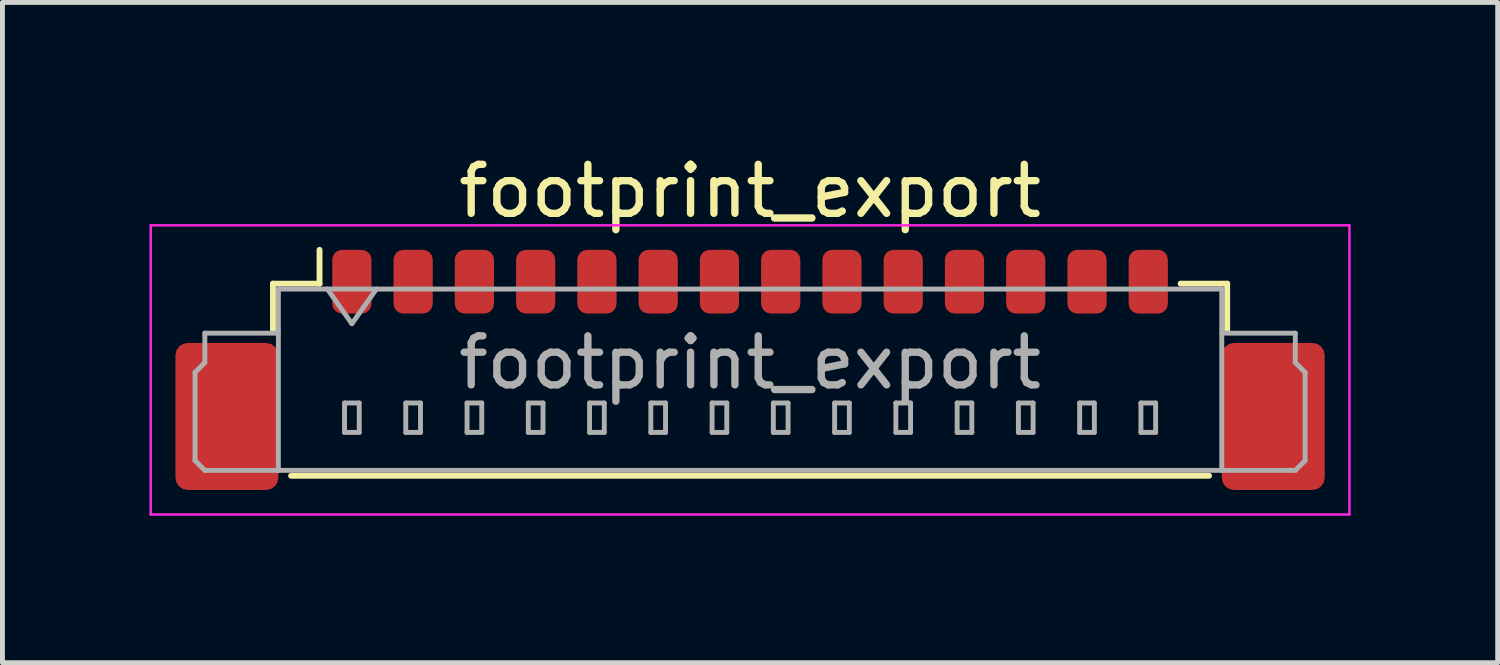
<source format=kicad_pcb>
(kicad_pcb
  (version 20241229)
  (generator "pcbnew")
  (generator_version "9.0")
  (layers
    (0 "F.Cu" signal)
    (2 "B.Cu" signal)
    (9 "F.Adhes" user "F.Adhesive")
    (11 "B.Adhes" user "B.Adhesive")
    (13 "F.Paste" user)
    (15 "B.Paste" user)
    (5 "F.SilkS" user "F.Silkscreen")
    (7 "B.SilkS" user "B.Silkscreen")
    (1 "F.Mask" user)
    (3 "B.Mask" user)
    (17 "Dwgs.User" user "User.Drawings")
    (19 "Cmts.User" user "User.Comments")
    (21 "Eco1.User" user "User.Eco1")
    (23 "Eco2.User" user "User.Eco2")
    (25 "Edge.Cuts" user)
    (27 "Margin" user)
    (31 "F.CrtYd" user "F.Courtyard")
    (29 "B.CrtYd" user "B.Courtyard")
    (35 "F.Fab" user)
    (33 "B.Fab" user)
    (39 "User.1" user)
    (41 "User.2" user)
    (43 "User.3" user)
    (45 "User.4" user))
  (footprint "footprint_export"
    (layer "F.Cu")
    (at 12.255 3.948)
    (property "Reference" "footprint_export" (at 0 -3.1 0) (layer "F.SilkS") (effects (font (size 1 1) (thickness 0.15))))
    (attr smd)
    (fp_line (start -9.735 -1.21) (end -8.785 -1.21) (stroke (width 0.12) (type solid)) (layer "F.SilkS"))
    (fp_line (start -9.735 -0.26) (end -9.735 -1.21) (stroke (width 0.12) (type solid)) (layer "F.SilkS"))
    (fp_line (start -9.365 2.71) (end 9.365 2.71) (stroke (width 0.12) (type solid)) (layer "F.SilkS"))
    (fp_line (start -8.785 -1.21) (end -8.785 -1.9) (stroke (width 0.12) (type solid)) (layer "F.SilkS"))
    (fp_line (start 9.735 -1.21) (end 8.785 -1.21) (stroke (width 0.12) (type solid)) (layer "F.SilkS"))
    (fp_line (start 9.735 -0.26) (end 9.735 -1.21) (stroke (width 0.12) (type solid)) (layer "F.SilkS"))
    (fp_line (start -12.23 -2.4) (end -12.23 3.5) (stroke (width 0.05) (type solid)) (layer "F.CrtYd"))
    (fp_line (start -12.23 3.5) (end 12.23 3.5) (stroke (width 0.05) (type solid)) (layer "F.CrtYd"))
    (fp_line (start 12.23 -2.4) (end -12.23 -2.4) (stroke (width 0.05) (type solid)) (layer "F.CrtYd"))
    (fp_line (start 12.23 3.5) (end 12.23 -2.4) (stroke (width 0.05) (type solid)) (layer "F.CrtYd"))
    (fp_line (start -11.325 0.6) (end -11.125 0.4) (stroke (width 0.1) (type solid)) (layer "F.Fab"))
    (fp_line (start -11.325 2.4) (end -11.325 0.6) (stroke (width 0.1) (type solid)) (layer "F.Fab"))
    (fp_line (start -11.125 -0.2) (end -9.625 -0.2) (stroke (width 0.1) (type solid)) (layer "F.Fab"))
    (fp_line (start -11.125 0.4) (end -11.125 -0.2) (stroke (width 0.1) (type solid)) (layer "F.Fab"))
    (fp_line (start -11.125 2.6) (end -11.325 2.4) (stroke (width 0.1) (type solid)) (layer "F.Fab"))
    (fp_line (start -9.625 -1.1) (end -9.625 2.6) (stroke (width 0.1) (type solid)) (layer "F.Fab"))
    (fp_line (start -9.625 -1.1) (end 9.625 -1.1) (stroke (width 0.1) (type solid)) (layer "F.Fab"))
    (fp_line (start -9.625 2.6) (end -11.125 2.6) (stroke (width 0.1) (type solid)) (layer "F.Fab"))
    (fp_line (start -9.625 2.6) (end 9.625 2.6) (stroke (width 0.1) (type solid)) (layer "F.Fab"))
    (fp_line (start -8.625 -1.1) (end -8.125 -0.393) (stroke (width 0.1) (type solid)) (layer "F.Fab"))
    (fp_line (start -8.275 1.225) (end -8.275 1.825) (stroke (width 0.1) (type solid)) (layer "F.Fab"))
    (fp_line (start -8.275 1.825) (end -7.975 1.825) (stroke (width 0.1) (type solid)) (layer "F.Fab"))
    (fp_line (start -8.125 -0.393) (end -7.625 -1.1) (stroke (width 0.1) (type solid)) (layer "F.Fab"))
    (fp_line (start -7.975 1.225) (end -8.275 1.225) (stroke (width 0.1) (type solid)) (layer "F.Fab"))
    (fp_line (start -7.975 1.825) (end -7.975 1.225) (stroke (width 0.1) (type solid)) (layer "F.Fab"))
    (fp_line (start -7.025 1.225) (end -7.025 1.825) (stroke (width 0.1) (type solid)) (layer "F.Fab"))
    (fp_line (start -7.025 1.825) (end -6.725 1.825) (stroke (width 0.1) (type solid)) (layer "F.Fab"))
    (fp_line (start -6.725 1.225) (end -7.025 1.225) (stroke (width 0.1) (type solid)) (layer "F.Fab"))
    (fp_line (start -6.725 1.825) (end -6.725 1.225) (stroke (width 0.1) (type solid)) (layer "F.Fab"))
    (fp_line (start -5.775 1.225) (end -5.775 1.825) (stroke (width 0.1) (type solid)) (layer "F.Fab"))
    (fp_line (start -5.775 1.825) (end -5.475 1.825) (stroke (width 0.1) (type solid)) (layer "F.Fab"))
    (fp_line (start -5.475 1.225) (end -5.775 1.225) (stroke (width 0.1) (type solid)) (layer "F.Fab"))
    (fp_line (start -5.475 1.825) (end -5.475 1.225) (stroke (width 0.1) (type solid)) (layer "F.Fab"))
    (fp_line (start -4.525 1.225) (end -4.525 1.825) (stroke (width 0.1) (type solid)) (layer "F.Fab"))
    (fp_line (start -4.525 1.825) (end -4.225 1.825) (stroke (width 0.1) (type solid)) (layer "F.Fab"))
    (fp_line (start -4.225 1.225) (end -4.525 1.225) (stroke (width 0.1) (type solid)) (layer "F.Fab"))
    (fp_line (start -4.225 1.825) (end -4.225 1.225) (stroke (width 0.1) (type solid)) (layer "F.Fab"))
    (fp_line (start -3.275 1.225) (end -3.275 1.825) (stroke (width 0.1) (type solid)) (layer "F.Fab"))
    (fp_line (start -3.275 1.825) (end -2.975 1.825) (stroke (width 0.1) (type solid)) (layer "F.Fab"))
    (fp_line (start -2.975 1.225) (end -3.275 1.225) (stroke (width 0.1) (type solid)) (layer "F.Fab"))
    (fp_line (start -2.975 1.825) (end -2.975 1.225) (stroke (width 0.1) (type solid)) (layer "F.Fab"))
    (fp_line (start -2.025 1.225) (end -2.025 1.825) (stroke (width 0.1) (type solid)) (layer "F.Fab"))
    (fp_line (start -2.025 1.825) (end -1.725 1.825) (stroke (width 0.1) (type solid)) (layer "F.Fab"))
    (fp_line (start -1.725 1.225) (end -2.025 1.225) (stroke (width 0.1) (type solid)) (layer "F.Fab"))
    (fp_line (start -1.725 1.825) (end -1.725 1.225) (stroke (width 0.1) (type solid)) (layer "F.Fab"))
    (fp_line (start -0.775 1.225) (end -0.775 1.825) (stroke (width 0.1) (type solid)) (layer "F.Fab"))
    (fp_line (start -0.775 1.825) (end -0.475 1.825) (stroke (width 0.1) (type solid)) (layer "F.Fab"))
    (fp_line (start -0.475 1.225) (end -0.775 1.225) (stroke (width 0.1) (type solid)) (layer "F.Fab"))
    (fp_line (start -0.475 1.825) (end -0.475 1.225) (stroke (width 0.1) (type solid)) (layer "F.Fab"))
    (fp_line (start 0.475 1.225) (end 0.475 1.825) (stroke (width 0.1) (type solid)) (layer "F.Fab"))
    (fp_line (start 0.475 1.825) (end 0.775 1.825) (stroke (width 0.1) (type solid)) (layer "F.Fab"))
    (fp_line (start 0.775 1.225) (end 0.475 1.225) (stroke (width 0.1) (type solid)) (layer "F.Fab"))
    (fp_line (start 0.775 1.825) (end 0.775 1.225) (stroke (width 0.1) (type solid)) (layer "F.Fab"))
    (fp_line (start 1.725 1.225) (end 1.725 1.825) (stroke (width 0.1) (type solid)) (layer "F.Fab"))
    (fp_line (start 1.725 1.825) (end 2.025 1.825) (stroke (width 0.1) (type solid)) (layer "F.Fab"))
    (fp_line (start 2.025 1.225) (end 1.725 1.225) (stroke (width 0.1) (type solid)) (layer "F.Fab"))
    (fp_line (start 2.025 1.825) (end 2.025 1.225) (stroke (width 0.1) (type solid)) (layer "F.Fab"))
    (fp_line (start 2.975 1.225) (end 2.975 1.825) (stroke (width 0.1) (type solid)) (layer "F.Fab"))
    (fp_line (start 2.975 1.825) (end 3.275 1.825) (stroke (width 0.1) (type solid)) (layer "F.Fab"))
    (fp_line (start 3.275 1.225) (end 2.975 1.225) (stroke (width 0.1) (type solid)) (layer "F.Fab"))
    (fp_line (start 3.275 1.825) (end 3.275 1.225) (stroke (width 0.1) (type solid)) (layer "F.Fab"))
    (fp_line (start 4.225 1.225) (end 4.225 1.825) (stroke (width 0.1) (type solid)) (layer "F.Fab"))
    (fp_line (start 4.225 1.825) (end 4.525 1.825) (stroke (width 0.1) (type solid)) (layer "F.Fab"))
    (fp_line (start 4.525 1.225) (end 4.225 1.225) (stroke (width 0.1) (type solid)) (layer "F.Fab"))
    (fp_line (start 4.525 1.825) (end 4.525 1.225) (stroke (width 0.1) (type solid)) (layer "F.Fab"))
    (fp_line (start 5.475 1.225) (end 5.475 1.825) (stroke (width 0.1) (type solid)) (layer "F.Fab"))
    (fp_line (start 5.475 1.825) (end 5.775 1.825) (stroke (width 0.1) (type solid)) (layer "F.Fab"))
    (fp_line (start 5.775 1.225) (end 5.475 1.225) (stroke (width 0.1) (type solid)) (layer "F.Fab"))
    (fp_line (start 5.775 1.825) (end 5.775 1.225) (stroke (width 0.1) (type solid)) (layer "F.Fab"))
    (fp_line (start 6.725 1.225) (end 6.725 1.825) (stroke (width 0.1) (type solid)) (layer "F.Fab"))
    (fp_line (start 6.725 1.825) (end 7.025 1.825) (stroke (width 0.1) (type solid)) (layer "F.Fab"))
    (fp_line (start 7.025 1.225) (end 6.725 1.225) (stroke (width 0.1) (type solid)) (layer "F.Fab"))
    (fp_line (start 7.025 1.825) (end 7.025 1.225) (stroke (width 0.1) (type solid)) (layer "F.Fab"))
    (fp_line (start 7.975 1.225) (end 7.975 1.825) (stroke (width 0.1) (type solid)) (layer "F.Fab"))
    (fp_line (start 7.975 1.825) (end 8.275 1.825) (stroke (width 0.1) (type solid)) (layer "F.Fab"))
    (fp_line (start 8.275 1.225) (end 7.975 1.225) (stroke (width 0.1) (type solid)) (layer "F.Fab"))
    (fp_line (start 8.275 1.825) (end 8.275 1.225) (stroke (width 0.1) (type solid)) (layer "F.Fab"))
    (fp_line (start 9.625 -1.1) (end 9.625 2.6) (stroke (width 0.1) (type solid)) (layer "F.Fab"))
    (fp_line (start 9.625 2.6) (end 11.125 2.6) (stroke (width 0.1) (type solid)) (layer "F.Fab"))
    (fp_line (start 11.125 -0.2) (end 9.625 -0.2) (stroke (width 0.1) (type solid)) (layer "F.Fab"))
    (fp_line (start 11.125 0.4) (end 11.125 -0.2) (stroke (width 0.1) (type solid)) (layer "F.Fab"))
    (fp_line (start 11.125 2.6) (end 11.325 2.4) (stroke (width 0.1) (type solid)) (layer "F.Fab"))
    (fp_line (start 11.325 0.6) (end 11.125 0.4) (stroke (width 0.1) (type solid)) (layer "F.Fab"))
    (fp_line (start 11.325 2.4) (end 11.325 0.6) (stroke (width 0.1) (type solid)) (layer "F.Fab"))
    (fp_text user "${REFERENCE}" (at 0 0.4 0) (layer "F.Fab") (effects (font (size 1 1) (thickness 0.15))))
    (pad "1" smd roundrect (at -8.125 -1.25) (size 0.8 1.3) (layers "F.Cu" "F.Mask" "F.Paste") (roundrect_rratio 0.25))
    (pad "2" smd roundrect (at -6.875 -1.25) (size 0.8 1.3) (layers "F.Cu" "F.Mask" "F.Paste") (roundrect_rratio 0.25))
    (pad "3" smd roundrect (at -5.625 -1.25) (size 0.8 1.3) (layers "F.Cu" "F.Mask" "F.Paste") (roundrect_rratio 0.25))
    (pad "4" smd roundrect (at -4.375 -1.25) (size 0.8 1.3) (layers "F.Cu" "F.Mask" "F.Paste") (roundrect_rratio 0.25))
    (pad "5" smd roundrect (at -3.125 -1.25) (size 0.8 1.3) (layers "F.Cu" "F.Mask" "F.Paste") (roundrect_rratio 0.25))
    (pad "6" smd roundrect (at -1.875 -1.25) (size 0.8 1.3) (layers "F.Cu" "F.Mask" "F.Paste") (roundrect_rratio 0.25))
    (pad "7" smd roundrect (at -0.625 -1.25) (size 0.8 1.3) (layers "F.Cu" "F.Mask" "F.Paste") (roundrect_rratio 0.25))
    (pad "8" smd roundrect (at 0.625 -1.25) (size 0.8 1.3) (layers "F.Cu" "F.Mask" "F.Paste") (roundrect_rratio 0.25))
    (pad "9" smd roundrect (at 1.875 -1.25) (size 0.8 1.3) (layers "F.Cu" "F.Mask" "F.Paste") (roundrect_rratio 0.25))
    (pad "10" smd roundrect (at 3.125 -1.25) (size 0.8 1.3) (layers "F.Cu" "F.Mask" "F.Paste") (roundrect_rratio 0.25))
    (pad "11" smd roundrect (at 4.375 -1.25) (size 0.8 1.3) (layers "F.Cu" "F.Mask" "F.Paste") (roundrect_rratio 0.25))
    (pad "12" smd roundrect (at 5.625 -1.25) (size 0.8 1.3) (layers "F.Cu" "F.Mask" "F.Paste") (roundrect_rratio 0.25))
    (pad "13" smd roundrect (at 6.875 -1.25) (size 0.8 1.3) (layers "F.Cu" "F.Mask" "F.Paste") (roundrect_rratio 0.25))
    (pad "14" smd roundrect (at 8.125 -1.25) (size 0.8 1.3) (layers "F.Cu" "F.Mask" "F.Paste") (roundrect_rratio 0.25))
    (pad "MP" smd roundrect (at -10.675 1.5) (size 2.1 3) (layers "F.Cu" "F.Mask" "F.Paste") (roundrect_rratio 0.119))
    (pad "MP" smd roundrect (at 10.675 1.5) (size 2.1 3) (layers "F.Cu" "F.Mask" "F.Paste") (roundrect_rratio 0.119)))
  (gr_rect
    (start -3 -3)
    (end 27.51 10.473)
    (stroke (width 0.1) (type default))
    (fill no)
    (layer "Edge.Cuts")))
</source>
